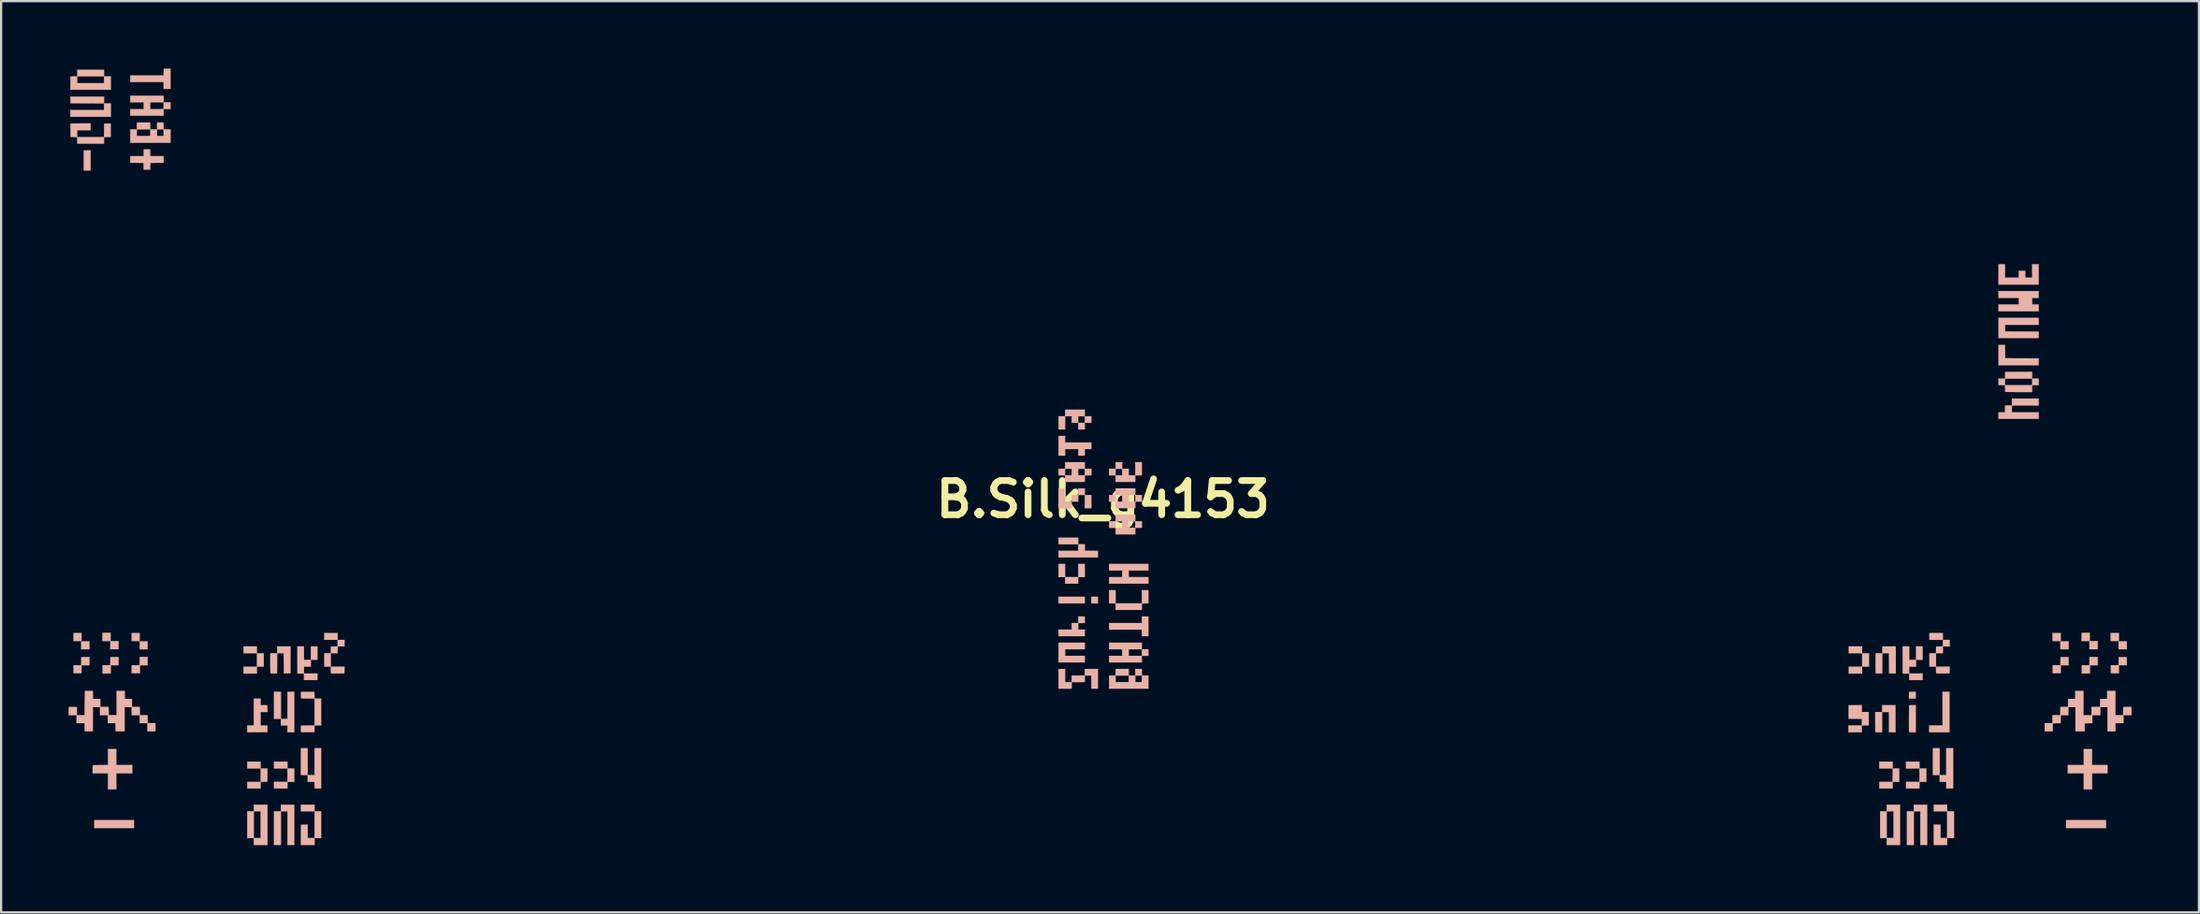
<source format=kicad_pcb>
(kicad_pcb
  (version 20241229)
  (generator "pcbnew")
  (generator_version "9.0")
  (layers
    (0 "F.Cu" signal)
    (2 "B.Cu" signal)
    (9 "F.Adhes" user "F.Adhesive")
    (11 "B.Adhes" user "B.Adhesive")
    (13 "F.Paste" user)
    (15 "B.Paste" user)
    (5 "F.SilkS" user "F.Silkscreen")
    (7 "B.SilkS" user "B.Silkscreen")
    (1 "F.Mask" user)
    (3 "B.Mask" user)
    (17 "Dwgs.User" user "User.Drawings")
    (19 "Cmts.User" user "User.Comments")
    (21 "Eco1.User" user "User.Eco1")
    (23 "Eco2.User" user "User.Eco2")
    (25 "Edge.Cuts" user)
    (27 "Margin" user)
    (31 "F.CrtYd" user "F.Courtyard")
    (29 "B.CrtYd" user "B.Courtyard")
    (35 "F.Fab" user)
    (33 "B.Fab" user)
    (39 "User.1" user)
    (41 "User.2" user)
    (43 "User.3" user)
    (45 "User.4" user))
  (footprint "B.Silk_g4153"
    (layer "F.Cu")
    (at 46.056 19.183)
    (property "Reference" "B.Silk_g4153" (at 0 0 0) (layer "F.SilkS") (effects (font (size 1.524 1.524) (thickness 0.3))))
    (attr through_hole)
    (fp_poly (pts (xy -45.479 6.312) (xy -45.834 6.312) (xy -45.834 5.956) (xy -45.479 5.956) (xy -45.479 6.312)) (stroke (width 0.01) (type solid)) (fill yes) (layer "B.SilkS"))
    (fp_poly (pts (xy -45.123 6.68) (xy -45.491 6.68) (xy -45.491 6.325) (xy -45.123 6.325) (xy -45.123 6.68)) (stroke (width 0.01) (type solid)) (fill yes) (layer "B.SilkS"))
    (fp_poly (pts (xy -45.072 -14.643) (xy -45.377 -14.643) (xy -45.377 -15.532) (xy -45.072 -15.532) (xy -45.072 -14.643)) (stroke (width 0.01) (type solid)) (fill yes) (layer "B.SilkS"))
    (fp_poly (pts (xy -44.183 6.312) (xy -44.552 6.312) (xy -44.545 5.95) (xy -44.183 5.943) (xy -44.183 6.312)) (stroke (width 0.01) (type solid)) (fill yes) (layer "B.SilkS"))
    (fp_poly (pts (xy -43.828 6.68) (xy -44.197 6.68) (xy -44.19 6.318) (xy -43.828 6.311) (xy -43.828 6.68)) (stroke (width 0.01) (type solid)) (fill yes) (layer "B.SilkS"))
    (fp_poly (pts (xy -43.142 14.643) (xy -44.907 14.643) (xy -44.907 14.287) (xy -43.142 14.287) (xy -43.142 14.643)) (stroke (width 0.01) (type solid)) (fill yes) (layer "B.SilkS"))
    (fp_poly (pts (xy -42.888 6.312) (xy -43.243 6.312) (xy -43.243 5.956) (xy -42.888 5.956) (xy -42.888 6.312)) (stroke (width 0.01) (type solid)) (fill yes) (layer "B.SilkS"))
    (fp_poly (pts (xy -42.532 6.68) (xy -42.888 6.68) (xy -42.888 6.325) (xy -42.532 6.325) (xy -42.532 6.68)) (stroke (width 0.01) (type solid)) (fill yes) (layer "B.SilkS"))
    (fp_poly (pts (xy -37.668 6.858) (xy -38.265 6.858) (xy -38.265 6.553) (xy -37.668 6.553) (xy -37.668 6.858)) (stroke (width 0.01) (type solid)) (fill yes) (layer "B.SilkS"))
    (fp_poly (pts (xy -37.668 7.76) (xy -38.265 7.76) (xy -38.265 7.455) (xy -37.668 7.455) (xy -37.668 7.76)) (stroke (width 0.01) (type solid)) (fill yes) (layer "B.SilkS"))
    (fp_poly (pts (xy -37.503 11.989) (xy -38.1 11.989) (xy -38.1 11.684) (xy -37.503 11.684) (xy -37.503 11.989)) (stroke (width 0.01) (type solid)) (fill yes) (layer "B.SilkS"))
    (fp_poly (pts (xy -37.363 7.455) (xy -37.668 7.455) (xy -37.668 6.858) (xy -37.363 6.858) (xy -37.363 7.455)) (stroke (width 0.01) (type solid)) (fill yes) (layer "B.SilkS"))
    (fp_poly (pts (xy -36.601 9.779) (xy -36.906 9.779) (xy -36.906 8.572) (xy -36.601 8.572) (xy -36.601 9.779)) (stroke (width 0.01) (type solid)) (fill yes) (layer "B.SilkS"))
    (fp_poly (pts (xy -36.601 15.392) (xy -36.906 15.392) (xy -36.906 13.894) (xy -36.601 13.894) (xy -36.601 15.392)) (stroke (width 0.01) (type solid)) (fill yes) (layer "B.SilkS"))
    (fp_poly (pts (xy -36.309 11.989) (xy -36.906 11.989) (xy -36.906 11.684) (xy -36.309 11.684) (xy -36.309 11.989)) (stroke (width 0.01) (type solid)) (fill yes) (layer "B.SilkS"))
    (fp_poly (pts (xy -36.309 12.878) (xy -36.906 12.878) (xy -36.906 12.586) (xy -36.309 12.586) (xy -36.309 12.878)) (stroke (width 0.01) (type solid)) (fill yes) (layer "B.SilkS"))
    (fp_poly (pts (xy -36.005 12.586) (xy -36.309 12.586) (xy -36.309 11.989) (xy -36.005 11.989) (xy -36.005 12.586)) (stroke (width 0.01) (type solid)) (fill yes) (layer "B.SilkS"))
    (fp_poly (pts (xy -35.408 12.281) (xy -35.712 12.281) (xy -35.712 11.087) (xy -35.408 11.087) (xy -35.408 12.281)) (stroke (width 0.01) (type solid)) (fill yes) (layer "B.SilkS"))
    (fp_poly (pts (xy -35.103 13.894) (xy -35.712 13.894) (xy -35.712 13.602) (xy -35.103 13.602) (xy -35.103 13.894)) (stroke (width 0.01) (type solid)) (fill yes) (layer "B.SilkS"))
    (fp_poly (pts (xy -34.976 7.15) (xy -35.268 7.15) (xy -35.268 6.553) (xy -34.976 6.553) (xy -34.976 7.15)) (stroke (width 0.01) (type solid)) (fill yes) (layer "B.SilkS"))
    (fp_poly (pts (xy -34.976 8.052) (xy -35.573 8.052) (xy -35.573 7.76) (xy -34.976 7.76) (xy -34.976 8.052)) (stroke (width 0.01) (type solid)) (fill yes) (layer "B.SilkS"))
    (fp_poly (pts (xy -34.811 15.088) (xy -35.103 15.088) (xy -35.103 13.894) (xy -34.811 13.894) (xy -34.811 15.088)) (stroke (width 0.01) (type solid)) (fill yes) (layer "B.SilkS"))
    (fp_poly (pts (xy -34.074 6.261) (xy -34.671 6.261) (xy -34.671 5.956) (xy -34.074 5.956) (xy -34.074 6.261)) (stroke (width 0.01) (type solid)) (fill yes) (layer "B.SilkS"))
    (fp_poly (pts (xy -1.689 -3.111) (xy -1.981 -3.111) (xy -1.981 -3.696) (xy -1.689 -3.696) (xy -1.689 -3.111)) (stroke (width 0.01) (type solid)) (fill yes) (layer "B.SilkS"))
    (fp_poly (pts (xy -1.689 3.467) (xy -1.981 3.467) (xy -1.981 2.883) (xy -1.689 2.883) (xy -1.689 3.467)) (stroke (width 0.01) (type solid)) (fill yes) (layer "B.SilkS"))
    (fp_poly (pts (xy -1.105 0.102) (xy -1.397 0.102) (xy -1.397 -0.191) (xy -1.105 -0.191) (xy -1.105 0.102)) (stroke (width 0.01) (type solid)) (fill yes) (layer "B.SilkS"))
    (fp_poly (pts (xy -1.105 2.007) (xy -1.981 2.007) (xy -1.981 1.714) (xy -1.105 1.714) (xy -1.105 2.007)) (stroke (width 0.01) (type solid)) (fill yes) (layer "B.SilkS"))
    (fp_poly (pts (xy -1.105 3.759) (xy -1.689 3.759) (xy -1.689 3.467) (xy -1.105 3.467) (xy -1.105 3.759)) (stroke (width 0.01) (type solid)) (fill yes) (layer "B.SilkS"))
    (fp_poly (pts (xy -0.813 -0.191) (xy -1.105 -0.191) (xy -1.105 -0.483) (xy -0.813 -0.483) (xy -0.813 -0.191)) (stroke (width 0.01) (type solid)) (fill yes) (layer "B.SilkS"))
    (fp_poly (pts (xy -0.813 3.467) (xy -1.105 3.467) (xy -1.105 2.883) (xy -0.813 2.883) (xy -0.813 3.467)) (stroke (width 0.01) (type solid)) (fill yes) (layer "B.SilkS"))
    (fp_poly (pts (xy -0.813 4.636) (xy -1.981 4.636) (xy -1.981 4.343) (xy -0.813 4.343) (xy -0.813 4.636)) (stroke (width 0.01) (type solid)) (fill yes) (layer "B.SilkS"))
    (fp_poly (pts (xy -0.813 5.512) (xy -1.105 5.512) (xy -1.105 5.22) (xy -0.813 5.22) (xy -0.813 5.512)) (stroke (width 0.01) (type solid)) (fill yes) (layer "B.SilkS"))
    (fp_poly (pts (xy -0.813 8.141) (xy -1.397 8.141) (xy -1.397 7.849) (xy -0.813 7.849) (xy -0.813 8.141)) (stroke (width 0.01) (type solid)) (fill yes) (layer "B.SilkS"))
    (fp_poly (pts (xy -0.521 0.394) (xy -0.813 0.394) (xy -0.813 -0.191) (xy -0.521 -0.191) (xy -0.521 0.394)) (stroke (width 0.01) (type solid)) (fill yes) (layer "B.SilkS"))
    (fp_poly (pts (xy -0.229 4.636) (xy -0.521 4.636) (xy -0.521 4.343) (xy -0.229 4.343) (xy -0.229 4.636)) (stroke (width 0.01) (type solid)) (fill yes) (layer "B.SilkS"))
    (fp_poly (pts (xy 0.559 4.636) (xy 0.267 4.636) (xy 0.267 4.051) (xy 0.559 4.051) (xy 0.559 4.636)) (stroke (width 0.01) (type solid)) (fill yes) (layer "B.SilkS"))
    (fp_poly (pts (xy 1.727 -1.067) (xy 1.435 -1.067) (xy 1.435 -1.651) (xy 1.727 -1.651) (xy 1.727 -1.067)) (stroke (width 0.01) (type solid)) (fill yes) (layer "B.SilkS"))
    (fp_poly (pts (xy 1.727 4.928) (xy 0.559 4.928) (xy 0.559 4.636) (xy 1.727 4.636) (xy 1.727 4.928)) (stroke (width 0.01) (type solid)) (fill yes) (layer "B.SilkS"))
    (fp_poly (pts (xy 2.019 4.636) (xy 1.727 4.636) (xy 1.727 4.051) (xy 2.019 4.051) (xy 2.019 4.636)) (stroke (width 0.01) (type solid)) (fill yes) (layer "B.SilkS"))
    (fp_poly (pts (xy 33.782 10.376) (xy 33.185 10.376) (xy 33.185 10.071) (xy 33.782 10.071) (xy 33.782 10.376)) (stroke (width 0.01) (type solid)) (fill yes) (layer "B.SilkS"))
    (fp_poly (pts (xy 33.795 6.858) (xy 33.198 6.858) (xy 33.198 6.553) (xy 33.795 6.553) (xy 33.795 6.858)) (stroke (width 0.01) (type solid)) (fill yes) (layer "B.SilkS"))
    (fp_poly (pts (xy 33.795 7.76) (xy 33.198 7.76) (xy 33.198 7.455) (xy 33.795 7.455) (xy 33.795 7.76)) (stroke (width 0.01) (type solid)) (fill yes) (layer "B.SilkS"))
    (fp_poly (pts (xy 34.099 7.455) (xy 33.795 7.455) (xy 33.795 6.858) (xy 34.099 6.858) (xy 34.099 7.455)) (stroke (width 0.01) (type solid)) (fill yes) (layer "B.SilkS"))
    (fp_poly (pts (xy 35.154 11.989) (xy 34.557 11.989) (xy 34.557 11.684) (xy 35.154 11.684) (xy 35.154 11.989)) (stroke (width 0.01) (type solid)) (fill yes) (layer "B.SilkS"))
    (fp_poly (pts (xy 35.154 12.878) (xy 34.557 12.878) (xy 34.557 12.586) (xy 35.154 12.586) (xy 35.154 12.878)) (stroke (width 0.01) (type solid)) (fill yes) (layer "B.SilkS"))
    (fp_poly (pts (xy 35.446 12.586) (xy 35.154 12.586) (xy 35.154 11.989) (xy 35.446 11.989) (xy 35.446 12.586)) (stroke (width 0.01) (type solid)) (fill yes) (layer "B.SilkS"))
    (fp_poly (pts (xy 36.093 15.392) (xy 35.789 15.392) (xy 35.789 13.894) (xy 36.093 13.894) (xy 36.093 15.392)) (stroke (width 0.01) (type solid)) (fill yes) (layer "B.SilkS"))
    (fp_poly (pts (xy 36.347 11.989) (xy 35.751 11.989) (xy 35.751 11.684) (xy 36.347 11.684) (xy 36.347 11.989)) (stroke (width 0.01) (type solid)) (fill yes) (layer "B.SilkS"))
    (fp_poly (pts (xy 36.347 12.878) (xy 35.751 12.878) (xy 35.751 12.586) (xy 36.347 12.586) (xy 36.347 12.878)) (stroke (width 0.01) (type solid)) (fill yes) (layer "B.SilkS"))
    (fp_poly (pts (xy 36.487 7.15) (xy 36.195 7.15) (xy 36.195 6.553) (xy 36.487 6.553) (xy 36.487 7.15)) (stroke (width 0.01) (type solid)) (fill yes) (layer "B.SilkS"))
    (fp_poly (pts (xy 36.487 8.052) (xy 35.89 8.052) (xy 35.89 7.76) (xy 36.487 7.76) (xy 36.487 8.052)) (stroke (width 0.01) (type solid)) (fill yes) (layer "B.SilkS"))
    (fp_poly (pts (xy 36.652 12.586) (xy 36.347 12.586) (xy 36.347 11.989) (xy 36.652 11.989) (xy 36.652 12.586)) (stroke (width 0.01) (type solid)) (fill yes) (layer "B.SilkS"))
    (fp_poly (pts (xy 37.249 12.281) (xy 36.944 12.281) (xy 36.944 11.087) (xy 37.249 11.087) (xy 37.249 12.281)) (stroke (width 0.01) (type solid)) (fill yes) (layer "B.SilkS"))
    (fp_poly (pts (xy 37.389 6.261) (xy 36.792 6.261) (xy 36.792 5.956) (xy 37.389 5.956) (xy 37.389 6.261)) (stroke (width 0.01) (type solid)) (fill yes) (layer "B.SilkS"))
    (fp_poly (pts (xy 37.579 13.894) (xy 36.982 13.894) (xy 36.982 13.602) (xy 37.579 13.602) (xy 37.579 13.894)) (stroke (width 0.01) (type solid)) (fill yes) (layer "B.SilkS"))
    (fp_poly (pts (xy 37.884 15.088) (xy 37.579 15.088) (xy 37.579 13.894) (xy 37.884 13.894) (xy 37.884 15.088)) (stroke (width 0.01) (type solid)) (fill yes) (layer "B.SilkS"))
    (fp_poly (pts (xy 41.656 -4.178) (xy 40.462 -4.178) (xy 40.462 -4.483) (xy 41.656 -4.483) (xy 41.656 -4.178)) (stroke (width 0.01) (type solid)) (fill yes) (layer "B.SilkS"))
    (fp_poly (pts (xy 42.634 6.312) (xy 42.266 6.312) (xy 42.266 5.956) (xy 42.634 5.956) (xy 42.634 6.312)) (stroke (width 0.01) (type solid)) (fill yes) (layer "B.SilkS"))
    (fp_poly (pts (xy 42.989 6.68) (xy 42.621 6.68) (xy 42.621 6.325) (xy 42.989 6.325) (xy 42.989 6.68)) (stroke (width 0.01) (type solid)) (fill yes) (layer "B.SilkS"))
    (fp_poly (pts (xy 44.653 14.643) (xy 42.875 14.643) (xy 42.875 14.287) (xy 44.653 14.287) (xy 44.653 14.643)) (stroke (width 0.01) (type solid)) (fill yes) (layer "B.SilkS"))
    (fp_poly (pts (xy 45.225 6.312) (xy 44.856 6.312) (xy 44.856 5.956) (xy 45.225 5.956) (xy 45.225 6.312)) (stroke (width 0.01) (type solid)) (fill yes) (layer "B.SilkS"))
    (fp_poly (pts (xy 45.58 6.68) (xy 45.212 6.68) (xy 45.212 6.325) (xy 45.58 6.325) (xy 45.58 6.68)) (stroke (width 0.01) (type solid)) (fill yes) (layer "B.SilkS"))
    (fp_poly (pts (xy -36.601 13.602) (xy -36.005 13.602) (xy -36.005 15.392) (xy -36.309 15.392) (xy -36.309 13.894) (xy -36.601 13.894) (xy -36.601 13.602)) (stroke (width 0.01) (type solid)) (fill yes) (layer "B.SilkS"))
    (fp_poly (pts (xy -1.689 0.102) (xy -1.397 0.102) (xy -1.397 0.394) (xy -1.981 0.394) (xy -1.981 -0.483) (xy -1.689 -0.483) (xy -1.689 0.102)) (stroke (width 0.01) (type solid)) (fill yes) (layer "B.SilkS"))
    (fp_poly (pts (xy -1.689 8.141) (xy -1.397 8.141) (xy -1.397 8.433) (xy -1.981 8.433) (xy -1.981 7.556) (xy -1.689 7.556) (xy -1.689 8.141)) (stroke (width 0.01) (type solid)) (fill yes) (layer "B.SilkS"))
    (fp_poly (pts (xy -0.813 7.556) (xy -0.229 7.556) (xy -0.229 8.433) (xy -0.521 8.433) (xy -0.521 7.849) (xy -0.813 7.849) (xy -0.813 7.556)) (stroke (width 0.01) (type solid)) (fill yes) (layer "B.SilkS"))
    (fp_poly (pts (xy 34.684 9.169) (xy 35.281 9.169) (xy 35.281 10.376) (xy 34.989 10.376) (xy 34.989 9.474) (xy 34.684 9.474) (xy 34.684 9.169)) (stroke (width 0.01) (type solid)) (fill yes) (layer "B.SilkS"))
    (fp_poly (pts (xy 36.093 13.602) (xy 36.69 13.602) (xy 36.69 15.392) (xy 36.386 15.392) (xy 36.386 13.894) (xy 36.093 13.894) (xy 36.093 13.602)) (stroke (width 0.01) (type solid)) (fill yes) (layer "B.SilkS"))
    (fp_poly (pts (xy 36.182 8.877) (xy 35.877 8.877) (xy 35.88 8.728) (xy 35.884 8.579) (xy 36.033 8.575) (xy 36.182 8.572) (xy 36.182 8.877)) (stroke (width 0.01) (type solid)) (fill yes) (layer "B.SilkS"))
    (fp_poly (pts (xy 37.287 15.088) (xy 37.579 15.088) (xy 37.579 15.392) (xy 36.982 15.392) (xy 36.982 14.491) (xy 37.287 14.491) (xy 37.287 15.088)) (stroke (width 0.01) (type solid)) (fill yes) (layer "B.SilkS"))
    (fp_poly (pts (xy 37.681 10.376) (xy 36.779 10.376) (xy 36.779 10.071) (xy 37.376 10.071) (xy 37.376 8.572) (xy 37.681 8.572) (xy 37.681 10.376)) (stroke (width 0.01) (type solid)) (fill yes) (layer "B.SilkS"))
    (fp_poly (pts (xy -45.123 7.391) (xy -45.479 7.391) (xy -45.479 7.747) (xy -45.834 7.747) (xy -45.834 7.391) (xy -45.492 7.391) (xy -45.485 7.029) (xy -45.123 7.022) (xy -45.123 7.391)) (stroke (width 0.01) (type solid)) (fill yes) (layer "B.SilkS"))
    (fp_poly (pts (xy -42.532 7.391) (xy -42.875 7.391) (xy -42.875 7.747) (xy -43.243 7.747) (xy -43.243 7.391) (xy -42.888 7.391) (xy -42.888 7.023) (xy -42.532 7.023) (xy -42.532 7.391)) (stroke (width 0.01) (type solid)) (fill yes) (layer "B.SilkS"))
    (fp_poly (pts (xy -37.205 12.579) (xy -37.503 12.587) (xy -37.503 12.878) (xy -38.1 12.878) (xy -38.1 12.586) (xy -37.503 12.586) (xy -37.503 11.989) (xy -37.198 11.989) (xy -37.205 12.579)) (stroke (width 0.01) (type solid)) (fill yes) (layer "B.SilkS"))
    (fp_poly (pts (xy -36.005 10.376) (xy -36.309 10.376) (xy -36.309 10.071) (xy -36.601 10.071) (xy -36.601 9.779) (xy -36.309 9.779) (xy -36.309 8.572) (xy -36.005 8.572) (xy -36.005 10.376)) (stroke (width 0.01) (type solid)) (fill yes) (layer "B.SilkS"))
    (fp_poly (pts (xy -35.573 7.15) (xy -35.268 7.15) (xy -35.268 7.455) (xy -35.573 7.455) (xy -35.573 7.76) (xy -35.865 7.76) (xy -35.865 6.553) (xy -35.573 6.553) (xy -35.573 7.15)) (stroke (width 0.01) (type solid)) (fill yes) (layer "B.SilkS"))
    (fp_poly (pts (xy -35.408 15.088) (xy -35.103 15.088) (xy -35.103 15.392) (xy -35.713 15.392) (xy -35.709 14.945) (xy -35.706 14.497) (xy -35.557 14.493) (xy -35.408 14.49) (xy -35.408 15.088)) (stroke (width 0.01) (type solid)) (fill yes) (layer "B.SilkS"))
    (fp_poly (pts (xy -34.811 12.878) (xy -35.103 12.878) (xy -35.103 12.586) (xy -35.408 12.586) (xy -35.408 12.281) (xy -35.103 12.281) (xy -35.103 11.087) (xy -34.811 11.087) (xy -34.811 12.878)) (stroke (width 0.01) (type solid)) (fill yes) (layer "B.SilkS"))
    (fp_poly (pts (xy -1.105 5.804) (xy -0.813 5.804) (xy -0.813 6.096) (xy -1.981 6.096) (xy -1.981 5.804) (xy -1.397 5.804) (xy -1.397 5.512) (xy -1.105 5.512) (xy -1.105 5.804)) (stroke (width 0.01) (type solid)) (fill yes) (layer "B.SilkS"))
    (fp_poly (pts (xy -0.813 6.68) (xy -1.689 6.68) (xy -1.689 6.972) (xy -0.813 6.972) (xy -0.813 7.264) (xy -1.981 7.264) (xy -1.981 6.388) (xy -0.813 6.388) (xy -0.813 6.68)) (stroke (width 0.01) (type solid)) (fill yes) (layer "B.SilkS"))
    (fp_poly (pts (xy -0.806 2.292) (xy -0.229 2.299) (xy -0.229 2.591) (xy -1.981 2.591) (xy -1.981 2.299) (xy -1.105 2.299) (xy -1.105 2.007) (xy -0.814 2.007) (xy -0.806 2.292)) (stroke (width 0.01) (type solid)) (fill yes) (layer "B.SilkS"))
    (fp_poly (pts (xy 2.019 6.096) (xy 1.727 6.096) (xy 1.727 5.804) (xy 0.267 5.804) (xy 0.267 5.512) (xy 1.727 5.512) (xy 1.727 5.22) (xy 2.019 5.22) (xy 2.019 6.096)) (stroke (width 0.01) (type solid)) (fill yes) (layer "B.SilkS"))
    (fp_poly (pts (xy 35.89 7.15) (xy 36.195 7.15) (xy 36.195 7.455) (xy 35.89 7.455) (xy 35.89 7.76) (xy 35.598 7.76) (xy 35.598 6.553) (xy 35.89 6.553) (xy 35.89 7.15)) (stroke (width 0.01) (type solid)) (fill yes) (layer "B.SilkS"))
    (fp_poly (pts (xy 37.846 12.878) (xy 37.541 12.878) (xy 37.541 12.586) (xy 37.249 12.586) (xy 37.249 12.281) (xy 37.541 12.281) (xy 37.541 11.087) (xy 37.846 11.087) (xy 37.846 12.878)) (stroke (width 0.01) (type solid)) (fill yes) (layer "B.SilkS"))
    (fp_poly (pts (xy 40.16 -6.575) (xy 40.164 -6.28) (xy 40.91 -6.277) (xy 41.656 -6.274) (xy 41.656 -5.969) (xy 39.865 -5.969) (xy 39.865 -6.871) (xy 40.157 -6.871) (xy 40.16 -6.575)) (stroke (width 0.01) (type solid)) (fill yes) (layer "B.SilkS"))
    (fp_poly (pts (xy 40.462 -3.873) (xy 41.656 -3.873) (xy 41.656 -3.581) (xy 39.865 -3.581) (xy 39.865 -3.873) (xy 40.157 -3.873) (xy 40.157 -4.178) (xy 40.462 -4.178) (xy 40.462 -3.873)) (stroke (width 0.01) (type solid)) (fill yes) (layer "B.SilkS"))
    (fp_poly (pts (xy 43.929 6.312) (xy 44.285 6.312) (xy 44.285 6.68) (xy 43.917 6.68) (xy 43.917 6.312) (xy 43.56 6.312) (xy 43.567 5.95) (xy 43.929 5.943) (xy 43.929 6.312)) (stroke (width 0.01) (type solid)) (fill yes) (layer "B.SilkS"))
    (fp_poly (pts (xy 33.782 9.474) (xy 34.087 9.474) (xy 34.087 10.071) (xy 33.782 10.071) (xy 33.782 9.779) (xy 33.191 9.773) (xy 33.191 9.176) (xy 33.487 9.172) (xy 33.782 9.169) (xy 33.782 9.474)) (stroke (width 0.01) (type solid)) (fill yes) (layer "B.SilkS"))
    (fp_poly (pts (xy 42.987 7.21) (xy 42.99 7.391) (xy 42.634 7.391) (xy 42.634 7.747) (xy 42.278 7.747) (xy 42.278 7.391) (xy 42.621 7.391) (xy 42.628 7.029) (xy 42.983 7.029) (xy 42.987 7.21)) (stroke (width 0.01) (type solid)) (fill yes) (layer "B.SilkS"))
    (fp_poly (pts (xy 45.577 7.21) (xy 45.581 7.391) (xy 45.225 7.391) (xy 45.225 7.747) (xy 44.869 7.747) (xy 44.869 7.391) (xy 45.211 7.391) (xy 45.218 7.029) (xy 45.574 7.029) (xy 45.577 7.21)) (stroke (width 0.01) (type solid)) (fill yes) (layer "B.SilkS"))
    (fp_poly (pts (xy -43.828 7.391) (xy -44.17 7.391) (xy -44.173 7.572) (xy -44.177 7.753) (xy -44.358 7.757) (xy -44.539 7.76) (xy -44.539 7.391) (xy -44.197 7.391) (xy -44.19 7.029) (xy -43.828 7.022) (xy -43.828 7.391)) (stroke (width 0.01) (type solid)) (fill yes) (layer "B.SilkS"))
    (fp_poly (pts (xy -41.516 -18.275) (xy -41.821 -18.275) (xy -41.821 -18.58) (xy -43.307 -18.58) (xy -43.307 -18.872) (xy -41.822 -18.872) (xy -41.818 -19.021) (xy -41.815 -19.171) (xy -41.666 -19.174) (xy -41.516 -19.178) (xy -41.516 -18.275)) (stroke (width 0.01) (type solid)) (fill yes) (layer "B.SilkS"))
    (fp_poly (pts (xy 41.656 -7.772) (xy 40.157 -7.772) (xy 40.16 -7.623) (xy 40.164 -7.474) (xy 40.91 -7.471) (xy 41.656 -7.467) (xy 41.656 -7.176) (xy 39.865 -7.176) (xy 39.865 -8.077) (xy 41.656 -8.077) (xy 41.656 -7.772)) (stroke (width 0.01) (type solid)) (fill yes) (layer "B.SilkS"))
    (fp_poly (pts (xy 44.285 7.391) (xy 43.943 7.391) (xy 43.939 7.572) (xy 43.936 7.753) (xy 43.755 7.757) (xy 43.574 7.76) (xy 43.574 7.391) (xy 43.917 7.391) (xy 43.917 7.023) (xy 44.285 7.023) (xy 44.285 7.391)) (stroke (width 0.01) (type solid)) (fill yes) (layer "B.SilkS"))
    (fp_poly (pts (xy -44.475 -17.628) (xy -44.171 -17.628) (xy -44.171 -17.031) (xy -45.974 -17.031) (xy -45.974 -17.335) (xy -44.475 -17.335) (xy -44.475 -17.627) (xy -45.222 -17.631) (xy -45.968 -17.634) (xy -45.971 -17.783) (xy -45.975 -17.932) (xy -44.475 -17.932) (xy -44.475 -17.628)) (stroke (width 0.01) (type solid)) (fill yes) (layer "B.SilkS"))
    (fp_poly (pts (xy -37.198 15.392) (xy -37.808 15.392) (xy -37.808 15.088) (xy -38.1 15.088) (xy -38.1 13.894) (xy -37.808 13.894) (xy -37.808 15.088) (xy -37.503 15.088) (xy -37.503 13.894) (xy -37.808 13.894) (xy -37.808 13.602) (xy -37.198 13.602) (xy -37.198 15.392)) (stroke (width 0.01) (type solid)) (fill yes) (layer "B.SilkS"))
    (fp_poly (pts (xy -1.689 -2.527) (xy -0.521 -2.527) (xy -0.521 -2.235) (xy -0.813 -2.235) (xy -0.813 -1.943) (xy -1.105 -1.943) (xy -1.105 -2.235) (xy -1.689 -2.235) (xy -1.689 -1.943) (xy -1.981 -1.943) (xy -1.981 -2.819) (xy -1.689 -2.819) (xy -1.689 -2.527)) (stroke (width 0.01) (type solid)) (fill yes) (layer "B.SilkS"))
    (fp_poly (pts (xy 2.019 3.175) (xy 1.143 3.175) (xy 1.143 3.467) (xy 2.019 3.467) (xy 2.019 3.759) (xy 0.267 3.759) (xy 0.267 3.467) (xy 0.851 3.467) (xy 0.851 3.175) (xy 0.267 3.175) (xy 0.267 2.883) (xy 2.019 2.883) (xy 2.019 3.175)) (stroke (width 0.01) (type solid)) (fill yes) (layer "B.SilkS"))
    (fp_poly (pts (xy 35.484 15.392) (xy 34.887 15.392) (xy 34.887 15.088) (xy 34.595 15.088) (xy 34.595 13.894) (xy 34.887 13.894) (xy 34.887 15.088) (xy 35.192 15.088) (xy 35.192 13.894) (xy 34.887 13.894) (xy 34.887 13.602) (xy 35.484 13.602) (xy 35.484 15.392)) (stroke (width 0.01) (type solid)) (fill yes) (layer "B.SilkS"))
    (fp_poly (pts (xy 40.157 -9.868) (xy 40.767 -9.868) (xy 40.767 -10.173) (xy 41.059 -10.173) (xy 41.059 -9.868) (xy 41.364 -9.868) (xy 41.364 -10.465) (xy 41.656 -10.465) (xy 41.656 -9.563) (xy 39.865 -9.563) (xy 39.865 -10.465) (xy 40.157 -10.465) (xy 40.157 -9.868)) (stroke (width 0.01) (type solid)) (fill yes) (layer "B.SilkS"))
    (fp_poly (pts (xy 41.656 -8.966) (xy 41.364 -8.966) (xy 41.364 -8.674) (xy 41.656 -8.674) (xy 41.656 -8.369) (xy 39.865 -8.369) (xy 39.865 -8.674) (xy 40.767 -8.674) (xy 40.767 -8.966) (xy 39.865 -8.966) (xy 39.865 -9.271) (xy 41.656 -9.271) (xy 41.656 -8.966)) (stroke (width 0.01) (type solid)) (fill yes) (layer "B.SilkS"))
    (fp_poly (pts (xy -37.503 9.169) (xy -37.354 9.172) (xy -37.205 9.176) (xy -37.197 9.474) (xy -37.503 9.474) (xy -37.503 10.07) (xy -37.354 10.074) (xy -37.205 10.077) (xy -37.205 10.37) (xy -38.1 10.376) (xy -38.1 10.071) (xy -37.808 10.071) (xy -37.808 8.877) (xy -37.503 8.877) (xy -37.503 9.169)) (stroke (width 0.01) (type solid)) (fill yes) (layer "B.SilkS"))
    (fp_poly (pts (xy -33.776 7.753) (xy -34.069 7.757) (xy -34.152 7.757) (xy -34.228 7.757) (xy -34.291 7.756) (xy -34.338 7.755) (xy -34.365 7.753) (xy -34.37 7.751) (xy -34.374 7.736) (xy -34.376 7.701) (xy -34.378 7.651) (xy -34.379 7.599) (xy -34.379 7.455) (xy -33.768 7.455) (xy -33.776 7.753)) (stroke (width 0.01) (type solid)) (fill yes) (layer "B.SilkS"))
    (fp_poly (pts (xy -33.769 6.553) (xy -34.074 6.553) (xy -34.074 6.858) (xy -34.379 6.858) (xy -34.379 7.455) (xy -34.671 7.455) (xy -34.671 6.858) (xy -34.38 6.858) (xy -34.376 6.709) (xy -34.373 6.56) (xy -34.223 6.556) (xy -34.074 6.552) (xy -34.074 6.261) (xy -33.769 6.261) (xy -33.769 6.553)) (stroke (width 0.01) (type solid)) (fill yes) (layer "B.SilkS"))
    (fp_poly (pts (xy 37.687 7.753) (xy 37.394 7.757) (xy 37.31 7.757) (xy 37.235 7.757) (xy 37.172 7.756) (xy 37.125 7.755) (xy 37.098 7.753) (xy 37.093 7.751) (xy 37.089 7.736) (xy 37.086 7.701) (xy 37.085 7.651) (xy 37.084 7.599) (xy 37.084 7.455) (xy 37.694 7.455) (xy 37.687 7.753)) (stroke (width 0.01) (type solid)) (fill yes) (layer "B.SilkS"))
    (fp_poly (pts (xy 37.694 6.553) (xy 37.389 6.553) (xy 37.389 6.858) (xy 37.084 6.858) (xy 37.084 7.455) (xy 36.792 7.455) (xy 36.792 6.858) (xy 37.083 6.858) (xy 37.087 6.709) (xy 37.09 6.56) (xy 37.24 6.556) (xy 37.389 6.552) (xy 37.389 6.261) (xy 37.694 6.261) (xy 37.694 6.553)) (stroke (width 0.01) (type solid)) (fill yes) (layer "B.SilkS"))
    (fp_poly (pts (xy -45.072 -16.434) (xy -45.669 -16.434) (xy -45.669 -16.129) (xy -44.476 -16.129) (xy -44.469 -16.732) (xy -44.177 -16.732) (xy -44.177 -16.135) (xy -44.475 -16.128) (xy -44.475 -15.837) (xy -45.669 -15.837) (xy -45.669 -16.128) (xy -45.968 -16.135) (xy -45.968 -16.732) (xy -45.52 -16.736) (xy -45.072 -16.739) (xy -45.072 -16.434)) (stroke (width 0.01) (type solid)) (fill yes) (layer "B.SilkS"))
    (fp_poly (pts (xy -42.418 -15.278) (xy -41.821 -15.278) (xy -41.821 -14.986) (xy -42.116 -14.983) (xy -42.412 -14.98) (xy -42.415 -14.83) (xy -42.419 -14.681) (xy -42.709 -14.681) (xy -42.716 -14.98) (xy -43.012 -14.983) (xy -43.307 -14.986) (xy -43.307 -15.278) (xy -42.71 -15.278) (xy -42.71 -15.583) (xy -42.418 -15.583) (xy -42.418 -15.278)) (stroke (width 0.01) (type solid)) (fill yes) (layer "B.SilkS"))
    (fp_poly (pts (xy 34.684 10.376) (xy 34.54 10.376) (xy 34.482 10.375) (xy 34.433 10.373) (xy 34.4 10.37) (xy 34.387 10.367) (xy 34.385 10.353) (xy 34.384 10.316) (xy 34.382 10.26) (xy 34.381 10.188) (xy 34.38 10.101) (xy 34.379 10.004) (xy 34.379 9.917) (xy 34.379 9.474) (xy 34.684 9.474) (xy 34.684 10.376)) (stroke (width 0.01) (type solid)) (fill yes) (layer "B.SilkS"))
    (fp_poly (pts (xy 1.143 -1.359) (xy 1.143 -1.067) (xy 1.435 -1.067) (xy 1.435 -0.775) (xy 0.559 -0.775) (xy 0.559 -1.067) (xy 0.267 -1.067) (xy 0.267 -1.359) (xy 0.559 -1.359) (xy 0.559 -1.067) (xy 0.851 -1.067) (xy 0.851 -1.359) (xy 0.559 -1.359) (xy 0.559 -1.651) (xy 0.851 -1.651) (xy 0.851 -1.359) (xy 1.143 -1.359)) (stroke (width 0.01) (type solid)) (fill yes) (layer "B.SilkS"))
    (fp_poly (pts (xy -44.171 -18.834) (xy -44.171 -18.237) (xy -45.974 -18.237) (xy -45.971 -18.532) (xy -45.968 -18.828) (xy -45.818 -18.831) (xy -45.703 -18.834) (xy -45.669 -18.834) (xy -45.669 -18.529) (xy -44.475 -18.529) (xy -44.475 -18.834) (xy -45.669 -18.834) (xy -45.703 -18.834) (xy -45.669 -18.835) (xy -45.669 -19.126) (xy -44.475 -19.126) (xy -44.475 -18.834) (xy -44.171 -18.834)) (stroke (width 0.01) (type solid)) (fill yes) (layer "B.SilkS"))
    (fp_poly (pts (xy 36.182 10.376) (xy 36.036 10.376) (xy 35.966 10.375) (xy 35.919 10.372) (xy 35.892 10.367) (xy 35.883 10.36) (xy 35.882 10.344) (xy 35.881 10.306) (xy 35.88 10.247) (xy 35.88 10.171) (xy 35.88 10.08) (xy 35.88 9.976) (xy 35.88 9.863) (xy 35.881 9.76) (xy 35.884 9.176) (xy 36.033 9.172) (xy 36.182 9.169) (xy 36.182 10.376)) (stroke (width 0.01) (type solid)) (fill yes) (layer "B.SilkS"))
    (fp_poly (pts (xy -41.516 -17.678) (xy -41.516 -17.374) (xy -41.821 -17.374) (xy -41.821 -17.081) (xy -43.307 -17.081) (xy -43.307 -17.374) (xy -42.71 -17.374) (xy -42.71 -17.678) (xy -42.418 -17.678) (xy -42.418 -17.374) (xy -41.821 -17.374) (xy -41.821 -17.678) (xy -42.418 -17.678) (xy -42.71 -17.678) (xy -43.307 -17.678) (xy -43.307 -17.971) (xy -41.821 -17.971) (xy -41.821 -17.678) (xy -41.516 -17.678)) (stroke (width 0.01) (type solid)) (fill yes) (layer "B.SilkS"))
    (fp_poly (pts (xy -1.689 -3.988) (xy -0.813 -3.988) (xy -0.813 -3.696) (xy -0.521 -3.696) (xy -0.521 -3.404) (xy -0.813 -3.404) (xy -0.813 -3.111) (xy -1.105 -3.111) (xy -1.105 -3.404) (xy -1.397 -3.404) (xy -1.397 -3.696) (xy -1.105 -3.696) (xy -1.105 -3.404) (xy -0.813 -3.404) (xy -0.813 -3.696) (xy -1.105 -3.696) (xy -1.397 -3.696) (xy -1.689 -3.696) (xy -1.689 -3.988)) (stroke (width 0.01) (type solid)) (fill yes) (layer "B.SilkS"))
    (fp_poly (pts (xy 2.019 6.68) (xy 2.019 6.972) (xy 1.727 6.972) (xy 1.727 7.264) (xy 0.267 7.264) (xy 0.267 6.972) (xy 0.851 6.972) (xy 0.851 6.68) (xy 1.143 6.68) (xy 1.143 6.972) (xy 1.727 6.972) (xy 1.727 6.68) (xy 1.143 6.68) (xy 0.851 6.68) (xy 0.267 6.68) (xy 0.267 6.388) (xy 1.727 6.388) (xy 1.727 6.68) (xy 2.019 6.68)) (stroke (width 0.01) (type solid)) (fill yes) (layer "B.SilkS"))
    (fp_poly (pts (xy -41.516 -16.472) (xy -41.516 -15.875) (xy -43.307 -15.875) (xy -43.307 -16.472) (xy -43.015 -16.472) (xy -43.015 -16.18) (xy -42.418 -16.18) (xy -42.418 -16.472) (xy -43.015 -16.472) (xy -43.015 -16.777) (xy -42.418 -16.777) (xy -42.418 -16.472) (xy -42.113 -16.472) (xy -42.113 -16.18) (xy -41.821 -16.18) (xy -41.821 -16.472) (xy -42.113 -16.472) (xy -42.113 -16.777) (xy -41.821 -16.777) (xy -41.821 -16.472) (xy -41.516 -16.472)) (stroke (width 0.01) (type solid)) (fill yes) (layer "B.SilkS"))
    (fp_poly (pts (xy 2.019 7.849) (xy 2.019 8.433) (xy 0.267 8.433) (xy 0.267 7.849) (xy 0.559 7.849) (xy 0.559 8.141) (xy 1.143 8.141) (xy 1.143 7.849) (xy 0.559 7.849) (xy 0.559 7.556) (xy 1.143 7.556) (xy 1.143 7.849) (xy 1.435 7.849) (xy 1.435 8.141) (xy 1.727 8.141) (xy 1.727 7.849) (xy 1.435 7.849) (xy 1.435 7.556) (xy 1.727 7.556) (xy 1.727 7.849) (xy 2.019 7.849)) (stroke (width 0.01) (type solid)) (fill yes) (layer "B.SilkS"))
    (fp_poly (pts (xy -36.176 7.753) (xy -36.468 7.753) (xy -36.471 7.306) (xy -36.475 6.858) (xy -36.766 6.858) (xy -36.773 7.753) (xy -36.913 7.757) (xy -36.971 7.758) (xy -37.018 7.757) (xy -37.051 7.754) (xy -37.062 7.752) (xy -37.065 7.737) (xy -37.066 7.7) (xy -37.068 7.644) (xy -37.069 7.571) (xy -37.07 7.485) (xy -37.071 7.388) (xy -37.071 7.3) (xy -37.071 6.858) (xy -36.767 6.858) (xy -36.767 6.553) (xy -36.169 6.553) (xy -36.176 7.753)) (stroke (width 0.01) (type solid)) (fill yes) (layer "B.SilkS"))
    (fp_poly (pts (xy -0.521 -1.359) (xy -0.521 -1.067) (xy -0.813 -1.067) (xy -0.813 -0.775) (xy -1.689 -0.775) (xy -1.689 -1.067) (xy -1.981 -1.067) (xy -1.981 -1.359) (xy -1.689 -1.359) (xy -1.689 -1.067) (xy -1.397 -1.067) (xy -1.397 -1.359) (xy -1.105 -1.359) (xy -1.105 -1.067) (xy -0.813 -1.067) (xy -0.813 -1.359) (xy -1.105 -1.359) (xy -1.397 -1.359) (xy -1.689 -1.359) (xy -1.689 -1.651) (xy -0.813 -1.651) (xy -0.813 -1.359) (xy -0.521 -1.359)) (stroke (width 0.01) (type solid)) (fill yes) (layer "B.SilkS"))
    (fp_poly (pts (xy 1.727 -0.191) (xy 1.727 0.102) (xy 1.435 0.102) (xy 1.435 0.394) (xy 0.559 0.394) (xy 0.559 0.102) (xy 0.267 0.102) (xy 0.267 -0.191) (xy 0.559 -0.191) (xy 0.559 0.102) (xy 0.851 0.102) (xy 0.851 -0.191) (xy 1.143 -0.191) (xy 1.143 0.102) (xy 1.435 0.102) (xy 1.435 -0.191) (xy 1.143 -0.191) (xy 0.851 -0.191) (xy 0.559 -0.191) (xy 0.559 -0.483) (xy 1.435 -0.483) (xy 1.435 -0.191) (xy 1.727 -0.191)) (stroke (width 0.01) (type solid)) (fill yes) (layer "B.SilkS"))
    (fp_poly (pts (xy 1.727 0.978) (xy 1.727 1.27) (xy 1.435 1.27) (xy 1.435 1.562) (xy 0.559 1.562) (xy 0.559 1.27) (xy 0.267 1.27) (xy 0.267 0.978) (xy 0.559 0.978) (xy 0.559 1.27) (xy 0.851 1.27) (xy 0.851 0.978) (xy 1.143 0.978) (xy 1.143 1.27) (xy 1.435 1.27) (xy 1.435 0.978) (xy 1.143 0.978) (xy 0.851 0.978) (xy 0.559 0.978) (xy 0.559 0.686) (xy 1.435 0.686) (xy 1.435 0.978) (xy 1.727 0.978)) (stroke (width 0.01) (type solid)) (fill yes) (layer "B.SilkS"))
    (fp_poly (pts (xy 35.293 7.761) (xy 34.995 7.753) (xy 34.992 7.306) (xy 34.988 6.858) (xy 34.697 6.858) (xy 34.69 7.753) (xy 34.55 7.757) (xy 34.492 7.758) (xy 34.445 7.757) (xy 34.412 7.754) (xy 34.4 7.752) (xy 34.398 7.737) (xy 34.396 7.7) (xy 34.395 7.644) (xy 34.393 7.571) (xy 34.392 7.485) (xy 34.392 7.388) (xy 34.392 7.3) (xy 34.392 6.858) (xy 34.696 6.858) (xy 34.696 6.553) (xy 35.293 6.553) (xy 35.293 7.761)) (stroke (width 0.01) (type solid)) (fill yes) (layer "B.SilkS"))
    (fp_poly (pts (xy 44.031 11.306) (xy 44.03 11.393) (xy 44.03 11.491) (xy 44.03 11.587) (xy 44.03 11.662) (xy 44.031 11.836) (xy 44.717 11.836) (xy 44.717 12.205) (xy 44.031 12.205) (xy 44.031 12.916) (xy 43.663 12.916) (xy 43.663 12.205) (xy 42.951 12.205) (xy 42.951 11.836) (xy 43.663 11.836) (xy 43.663 11.662) (xy 43.663 11.577) (xy 43.663 11.48) (xy 43.663 11.382) (xy 43.663 11.306) (xy 43.661 11.125) (xy 44.032 11.125) (xy 44.031 11.306)) (stroke (width 0.01) (type solid)) (fill yes) (layer "B.SilkS"))
    (fp_poly (pts (xy -43.929 11.836) (xy -43.218 11.836) (xy -43.218 12.205) (xy -43.929 12.205) (xy -43.929 12.916) (xy -44.299 12.916) (xy -44.298 12.735) (xy -44.297 12.648) (xy -44.297 12.55) (xy -44.297 12.454) (xy -44.297 12.379) (xy -44.298 12.205) (xy -44.984 12.205) (xy -44.977 11.843) (xy -44.637 11.839) (xy -44.298 11.836) (xy -44.297 11.662) (xy -44.297 11.577) (xy -44.297 11.48) (xy -44.297 11.382) (xy -44.298 11.306) (xy -44.299 11.125) (xy -43.929 11.125) (xy -43.929 11.836)) (stroke (width 0.01) (type solid)) (fill yes) (layer "B.SilkS"))
    (fp_poly (pts (xy -35.102 8.877) (xy -34.811 8.877) (xy -34.811 10.071) (xy -35.102 10.071) (xy -35.109 10.37) (xy -35.405 10.373) (xy -35.502 10.374) (xy -35.577 10.374) (xy -35.632 10.373) (xy -35.67 10.371) (xy -35.693 10.367) (xy -35.705 10.362) (xy -35.707 10.359) (xy -35.709 10.34) (xy -35.71 10.302) (xy -35.71 10.25) (xy -35.71 10.21) (xy -35.706 10.077) (xy -35.103 10.071) (xy -35.103 8.878) (xy -35.404 8.874) (xy -35.706 8.871) (xy -35.706 8.579) (xy -35.109 8.579) (xy -35.102 8.877)) (stroke (width 0.01) (type solid)) (fill yes) (layer "B.SilkS"))
    (fp_poly (pts (xy 41.656 -5.372) (xy 41.656 -5.08) (xy 41.364 -5.08) (xy 41.364 -4.775) (xy 40.769 -4.775) (xy 40.649 -4.775) (xy 40.536 -4.776) (xy 40.434 -4.777) (xy 40.344 -4.778) (xy 40.27 -4.779) (xy 40.214 -4.78) (xy 40.178 -4.782) (xy 40.166 -4.784) (xy 40.162 -4.799) (xy 40.16 -4.834) (xy 40.158 -4.884) (xy 40.157 -4.936) (xy 40.157 -5.08) (xy 39.865 -5.08) (xy 39.865 -5.372) (xy 40.157 -5.372) (xy 40.157 -5.372) (xy 40.157 -5.08) (xy 41.364 -5.08) (xy 41.364 -5.372) (xy 40.157 -5.372) (xy 40.157 -5.372) (xy 40.16 -5.521) (xy 40.164 -5.671) (xy 40.764 -5.674) (xy 41.364 -5.677) (xy 41.364 -5.372) (xy 41.656 -5.372)) (stroke (width 0.01) (type solid)) (fill yes) (layer "B.SilkS"))
    (fp_poly (pts (xy 43.65 9.614) (xy 44.005 9.614) (xy 44.005 9.246) (xy 44.386 9.246) (xy 44.386 8.89) (xy 44.704 8.89) (xy 44.704 8.534) (xy 45.072 8.534) (xy 45.072 9.614) (xy 45.415 9.614) (xy 45.422 9.252) (xy 45.783 9.245) (xy 45.783 9.614) (xy 45.428 9.614) (xy 45.428 9.97) (xy 45.072 9.97) (xy 45.072 10.338) (xy 44.717 10.338) (xy 44.716 10.157) (xy 44.716 10.094) (xy 44.716 10.011) (xy 44.716 9.914) (xy 44.716 9.81) (xy 44.716 9.703) (xy 44.716 9.617) (xy 44.717 9.258) (xy 44.399 9.258) (xy 44.399 9.614) (xy 44.044 9.614) (xy 44.044 9.969) (xy 43.707 9.976) (xy 43.7 10.338) (xy 43.294 10.338) (xy 43.294 9.258) (xy 42.977 9.258) (xy 42.977 9.614) (xy 42.634 9.614) (xy 42.634 9.969) (xy 42.459 9.972) (xy 42.285 9.976) (xy 42.278 10.338) (xy 41.923 10.338) (xy 41.923 9.97) (xy 42.266 9.97) (xy 42.266 9.615) (xy 42.615 9.608) (xy 42.618 9.427) (xy 42.622 9.246) (xy 42.964 9.246) (xy 42.964 8.89) (xy 43.282 8.89) (xy 43.282 8.534) (xy 43.65 8.534) (xy 43.65 9.614)) (stroke (width 0.01) (type solid)) (fill yes) (layer "B.SilkS"))
    (fp_poly (pts (xy -44.971 8.89) (xy -44.641 8.89) (xy -44.641 9.246) (xy -44.273 9.246) (xy -44.266 9.608) (xy -43.917 9.615) (xy -43.917 8.534) (xy -43.548 8.534) (xy -43.548 8.89) (xy -43.231 8.89) (xy -43.231 9.245) (xy -43.056 9.248) (xy -42.882 9.252) (xy -42.878 9.433) (xy -42.875 9.614) (xy -42.532 9.614) (xy -42.532 9.97) (xy -42.189 9.97) (xy -42.189 10.338) (xy -42.545 10.338) (xy -42.545 9.97) (xy -42.888 9.97) (xy -42.888 9.614) (xy -43.243 9.614) (xy -43.243 9.258) (xy -43.561 9.258) (xy -43.561 9.798) (xy -43.561 10.338) (xy -43.761 10.335) (xy -43.961 10.331) (xy -43.968 9.97) (xy -44.31 9.97) (xy -44.31 9.614) (xy -44.653 9.614) (xy -44.653 9.258) (xy -44.97 9.258) (xy -44.974 9.795) (xy -44.977 10.331) (xy -45.149 10.335) (xy -45.213 10.336) (xy -45.267 10.335) (xy -45.308 10.333) (xy -45.329 10.331) (xy -45.33 10.33) (xy -45.333 10.314) (xy -45.336 10.279) (xy -45.338 10.227) (xy -45.339 10.165) (xy -45.339 10.145) (xy -45.339 9.97) (xy -45.695 9.97) (xy -45.695 9.614) (xy -46.051 9.614) (xy -46.044 9.252) (xy -45.688 9.252) (xy -45.685 9.433) (xy -45.681 9.614) (xy -45.339 9.614) (xy -45.339 9.343) (xy -45.339 9.238) (xy -45.337 9.118) (xy -45.335 8.995) (xy -45.333 8.879) (xy -45.331 8.803) (xy -45.322 8.534) (xy -44.971 8.534) (xy -44.971 8.89)) (stroke (width 0.01) (type solid)) (fill yes) (layer "B.SilkS")))
  (gr_rect
    (start -3 -3)
    (end 94.844 37.58)
    (stroke (width 0.1) (type default))
    (fill no)
    (layer "Edge.Cuts")))
</source>
